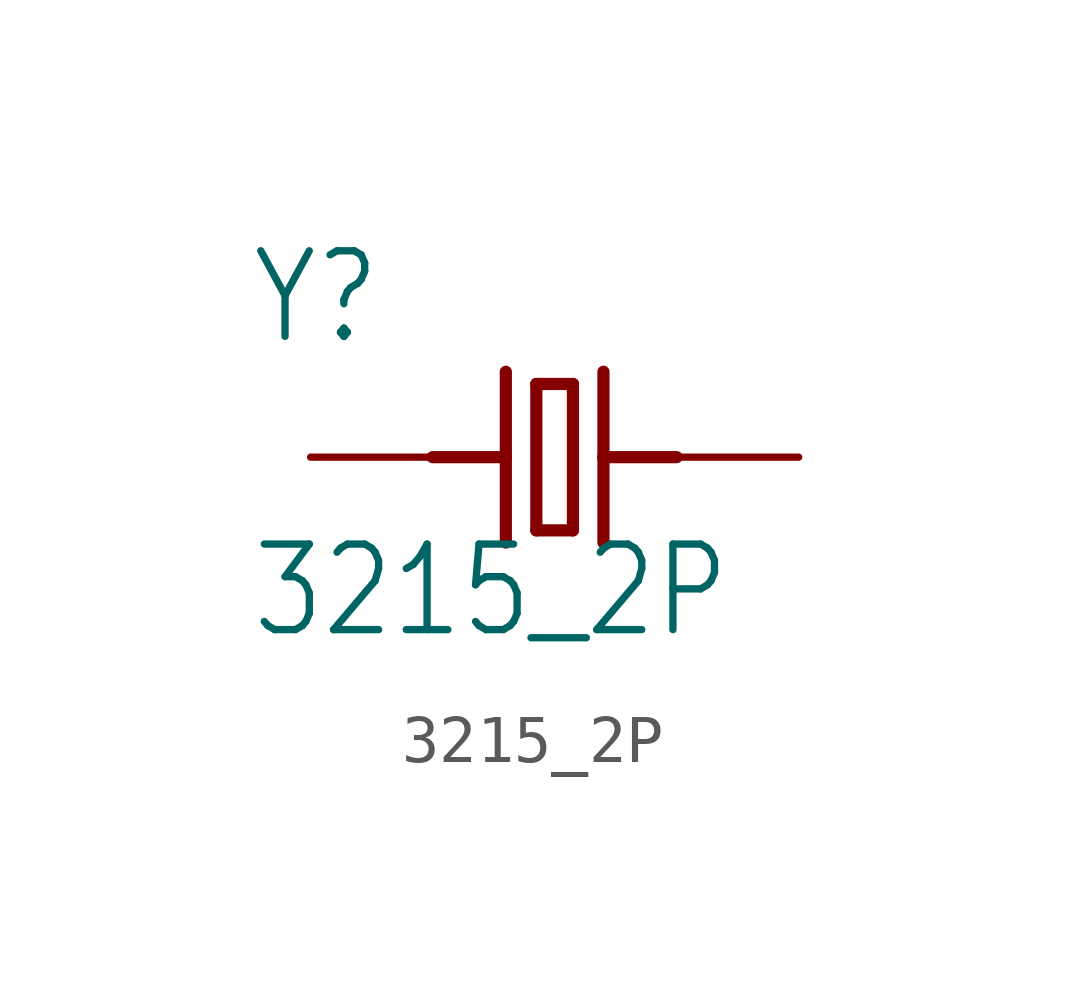
<source format=kicad_sym>
(kicad_symbol_lib
  (version 20211014)
  (generator kicad_symbol_editor)
  (symbol "3215_2P"
    (property "Reference" "Y"
      (at -6.362 2.29 0)
      (effects (font (size 1.781 1.514)) (justify left bottom)))
    (property "Value" "3215_2P"
      (at -6.361 -3.816 0)
      (effects (font (size 1.781 1.514)) (justify left bottom)))
    (property "ki_locked" ""
      (at 0 0 0)
      (effects (font (size 1.27 1.27))))
    (symbol "3215_2P_1_0"
      (polyline (pts (xy -2.54 0) (xy -1.016 0)) (stroke (width 0.254) (type default) (color 0 0 0 0)) (fill (type none)))
      (polyline (pts (xy -1.016 0) (xy -1.016 -1.778)) (stroke (width 0.254) (type default) (color 0 0 0 0)) (fill (type none)))
      (polyline (pts (xy -1.016 1.778) (xy -1.016 0)) (stroke (width 0.254) (type default) (color 0 0 0 0)) (fill (type none)))
      (polyline (pts (xy -0.381 -1.524) (xy 0.381 -1.524)) (stroke (width 0.254) (type default) (color 0 0 0 0)) (fill (type none)))
      (polyline (pts (xy -0.381 1.524) (xy -0.381 -1.524)) (stroke (width 0.254) (type default) (color 0 0 0 0)) (fill (type none)))
      (polyline (pts (xy 0.381 -1.524) (xy 0.381 1.524)) (stroke (width 0.254) (type default) (color 0 0 0 0)) (fill (type none)))
      (polyline (pts (xy 0.381 1.524) (xy -0.381 1.524)) (stroke (width 0.254) (type default) (color 0 0 0 0)) (fill (type none)))
      (polyline (pts (xy 1.016 0) (xy 1.016 -1.778)) (stroke (width 0.254) (type default) (color 0 0 0 0)) (fill (type none)))
      (polyline (pts (xy 1.016 1.778) (xy 1.016 0)) (stroke (width 0.254) (type default) (color 0 0 0 0)) (fill (type none)))
      (polyline (pts (xy 2.54 0) (xy 1.016 0)) (stroke (width 0.254) (type default) (color 0 0 0 0)) (fill (type none)))
      (pin passive line (at -5.08 0 0) (length 2.54) (name "1" (effects (font (size 0 0)))) (number "1" (effects (font (size 0 0)))))
      (pin passive line (at 5.08 0 180) (length 2.54) (name "2" (effects (font (size 0 0)))) (number "2" (effects (font (size 0 0))))))))
</source>
